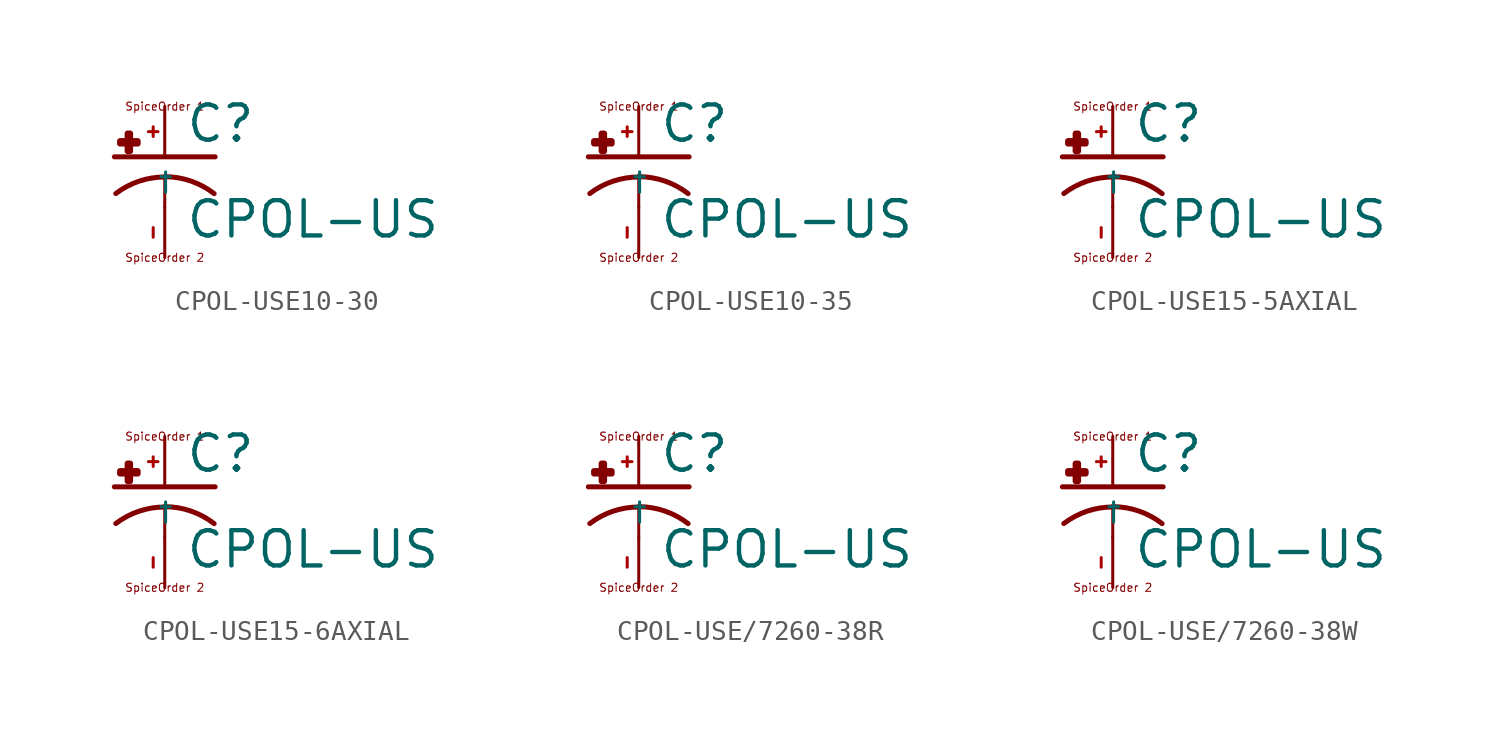
<source format=kicad_sym>
(kicad_symbol_lib
  (version 20220914)
  (generator Eagle2Kicad)
  (symbol "CPOL-USE10-30"
    (property "Reference" "C"
      (at 1.016 0.635 0)
      (effects (font (size 1.778 1.778) (thickness 0.22)) (justify left bottom)))
    (property "Value" "CPOL-US"
      (at 1.016 -4.191 0)
      (effects (font (size 1.778 1.778) (thickness 0.22)) (justify left bottom)))
    (polyline
      (pts (xy -2.54 0) (xy 2.54 0))
      (stroke (width 0.254) (type default))
      (fill (type none)))
    (polyline
      (pts (xy 0 -1.016) (xy 0 -2.54))
      (stroke (width 0.152) (type default))
      (fill (type none)))
    (arc
      (start 2.4892 -1.8542)
      (mid 1.316 -1.220)
      (end 0 -1)
      (stroke (width 0.254) (type default))
      (fill (type none)))
    (arc
      (start 0 -1.0161)
      (mid -1.302 -1.230)
      (end -2.4669 -1.8504)
      (stroke (width 0.254) (type default))
      (fill (type none)))
    (text "SpiceOrder 1"
      (at 0 2.54 0)
      (effects (font (size 0.406 0.406) (thickness 0.05))))
    (text "SpiceOrder 2"
      (at 0 -5.08 0)
      (effects (font (size 0.406 0.406) (thickness 0.05))))
    (rectangle
      (start -2.253 0.668)
      (end -1.364 0.795)
      (stroke (width 0.3) (type default))
      (fill (type outline)))
    (rectangle
      (start -1.872 0.287)
      (end -1.745 1.176)
      (stroke (width 0.3) (type default))
      (fill (type outline)))
    (pin passive line
      (at 0 2.54 270)
      (length 2.54)
      (name "+" (effects (font (size 0.635 0.635) (thickness 0.08)) (justify left bottom)))
      (number "+" (effects (font (size 0.635 0.635) (thickness 0.08)) (justify left bottom))))
    (pin passive line
      (at 0 -5.08 90)
      (length 2.54)
      (name "-" (effects (font (size 0.635 0.635) (thickness 0.08)) (justify left bottom)))
      (number "-" (effects (font (size 0.635 0.635) (thickness 0.08)) (justify left bottom)))))
  (symbol "CPOL-USE10-35"
    (property "Reference" "C"
      (at 1.016 0.635 0)
      (effects (font (size 1.778 1.778) (thickness 0.22)) (justify left bottom)))
    (property "Value" "CPOL-US"
      (at 1.016 -4.191 0)
      (effects (font (size 1.778 1.778) (thickness 0.22)) (justify left bottom)))
    (polyline
      (pts (xy -2.54 0) (xy 2.54 0))
      (stroke (width 0.254) (type default))
      (fill (type none)))
    (polyline
      (pts (xy 0 -1.016) (xy 0 -2.54))
      (stroke (width 0.152) (type default))
      (fill (type none)))
    (arc
      (start 2.4892 -1.8542)
      (mid 1.316 -1.220)
      (end 0 -1)
      (stroke (width 0.254) (type default))
      (fill (type none)))
    (arc
      (start 0 -1.0161)
      (mid -1.302 -1.230)
      (end -2.4669 -1.8504)
      (stroke (width 0.254) (type default))
      (fill (type none)))
    (text "SpiceOrder 1"
      (at 0 2.54 0)
      (effects (font (size 0.406 0.406) (thickness 0.05))))
    (text "SpiceOrder 2"
      (at 0 -5.08 0)
      (effects (font (size 0.406 0.406) (thickness 0.05))))
    (rectangle
      (start -2.253 0.668)
      (end -1.364 0.795)
      (stroke (width 0.3) (type default))
      (fill (type outline)))
    (rectangle
      (start -1.872 0.287)
      (end -1.745 1.176)
      (stroke (width 0.3) (type default))
      (fill (type outline)))
    (pin passive line
      (at 0 2.54 270)
      (length 2.54)
      (name "+" (effects (font (size 0.635 0.635) (thickness 0.08)) (justify left bottom)))
      (number "+" (effects (font (size 0.635 0.635) (thickness 0.08)) (justify left bottom))))
    (pin passive line
      (at 0 -5.08 90)
      (length 2.54)
      (name "-" (effects (font (size 0.635 0.635) (thickness 0.08)) (justify left bottom)))
      (number "-" (effects (font (size 0.635 0.635) (thickness 0.08)) (justify left bottom)))))
  (symbol "CPOL-USE15-5AXIAL"
    (property "Reference" "C"
      (at 1.016 0.635 0)
      (effects (font (size 1.778 1.778) (thickness 0.22)) (justify left bottom)))
    (property "Value" "CPOL-US"
      (at 1.016 -4.191 0)
      (effects (font (size 1.778 1.778) (thickness 0.22)) (justify left bottom)))
    (polyline
      (pts (xy -2.54 0) (xy 2.54 0))
      (stroke (width 0.254) (type default))
      (fill (type none)))
    (polyline
      (pts (xy 0 -1.016) (xy 0 -2.54))
      (stroke (width 0.152) (type default))
      (fill (type none)))
    (arc
      (start 2.4892 -1.8542)
      (mid 1.316 -1.220)
      (end 0 -1)
      (stroke (width 0.254) (type default))
      (fill (type none)))
    (arc
      (start 0 -1.0161)
      (mid -1.302 -1.230)
      (end -2.4669 -1.8504)
      (stroke (width 0.254) (type default))
      (fill (type none)))
    (text "SpiceOrder 1"
      (at 0 2.54 0)
      (effects (font (size 0.406 0.406) (thickness 0.05))))
    (text "SpiceOrder 2"
      (at 0 -5.08 0)
      (effects (font (size 0.406 0.406) (thickness 0.05))))
    (rectangle
      (start -2.253 0.668)
      (end -1.364 0.795)
      (stroke (width 0.3) (type default))
      (fill (type outline)))
    (rectangle
      (start -1.872 0.287)
      (end -1.745 1.176)
      (stroke (width 0.3) (type default))
      (fill (type outline)))
    (pin passive line
      (at 0 2.54 270)
      (length 2.54)
      (name "+" (effects (font (size 0.635 0.635) (thickness 0.08)) (justify left bottom)))
      (number "+" (effects (font (size 0.635 0.635) (thickness 0.08)) (justify left bottom))))
    (pin passive line
      (at 0 -5.08 90)
      (length 2.54)
      (name "-" (effects (font (size 0.635 0.635) (thickness 0.08)) (justify left bottom)))
      (number "-" (effects (font (size 0.635 0.635) (thickness 0.08)) (justify left bottom)))))
  (symbol "CPOL-USE15-6AXIAL"
    (property "Reference" "C"
      (at 1.016 0.635 0)
      (effects (font (size 1.778 1.778) (thickness 0.22)) (justify left bottom)))
    (property "Value" "CPOL-US"
      (at 1.016 -4.191 0)
      (effects (font (size 1.778 1.778) (thickness 0.22)) (justify left bottom)))
    (polyline
      (pts (xy -2.54 0) (xy 2.54 0))
      (stroke (width 0.254) (type default))
      (fill (type none)))
    (polyline
      (pts (xy 0 -1.016) (xy 0 -2.54))
      (stroke (width 0.152) (type default))
      (fill (type none)))
    (arc
      (start 2.4892 -1.8542)
      (mid 1.316 -1.220)
      (end 0 -1)
      (stroke (width 0.254) (type default))
      (fill (type none)))
    (arc
      (start 0 -1.0161)
      (mid -1.302 -1.230)
      (end -2.4669 -1.8504)
      (stroke (width 0.254) (type default))
      (fill (type none)))
    (text "SpiceOrder 1"
      (at 0 2.54 0)
      (effects (font (size 0.406 0.406) (thickness 0.05))))
    (text "SpiceOrder 2"
      (at 0 -5.08 0)
      (effects (font (size 0.406 0.406) (thickness 0.05))))
    (rectangle
      (start -2.253 0.668)
      (end -1.364 0.795)
      (stroke (width 0.3) (type default))
      (fill (type outline)))
    (rectangle
      (start -1.872 0.287)
      (end -1.745 1.176)
      (stroke (width 0.3) (type default))
      (fill (type outline)))
    (pin passive line
      (at 0 2.54 270)
      (length 2.54)
      (name "+" (effects (font (size 0.635 0.635) (thickness 0.08)) (justify left bottom)))
      (number "+" (effects (font (size 0.635 0.635) (thickness 0.08)) (justify left bottom))))
    (pin passive line
      (at 0 -5.08 90)
      (length 2.54)
      (name "-" (effects (font (size 0.635 0.635) (thickness 0.08)) (justify left bottom)))
      (number "-" (effects (font (size 0.635 0.635) (thickness 0.08)) (justify left bottom)))))
  (symbol "CPOL-USE/7260-38R"
    (property "Reference" "C"
      (at 1.016 0.635 0)
      (effects (font (size 1.778 1.778) (thickness 0.22)) (justify left bottom)))
    (property "Value" "CPOL-US"
      (at 1.016 -4.191 0)
      (effects (font (size 1.778 1.778) (thickness 0.22)) (justify left bottom)))
    (polyline
      (pts (xy -2.54 0) (xy 2.54 0))
      (stroke (width 0.254) (type default))
      (fill (type none)))
    (polyline
      (pts (xy 0 -1.016) (xy 0 -2.54))
      (stroke (width 0.152) (type default))
      (fill (type none)))
    (arc
      (start 2.4892 -1.8542)
      (mid 1.316 -1.220)
      (end 0 -1)
      (stroke (width 0.254) (type default))
      (fill (type none)))
    (arc
      (start 0 -1.0161)
      (mid -1.302 -1.230)
      (end -2.4669 -1.8504)
      (stroke (width 0.254) (type default))
      (fill (type none)))
    (text "SpiceOrder 1"
      (at 0 2.54 0)
      (effects (font (size 0.406 0.406) (thickness 0.05))))
    (text "SpiceOrder 2"
      (at 0 -5.08 0)
      (effects (font (size 0.406 0.406) (thickness 0.05))))
    (rectangle
      (start -2.253 0.668)
      (end -1.364 0.795)
      (stroke (width 0.3) (type default))
      (fill (type outline)))
    (rectangle
      (start -1.872 0.287)
      (end -1.745 1.176)
      (stroke (width 0.3) (type default))
      (fill (type outline)))
    (pin passive line
      (at 0 2.54 270)
      (length 2.54)
      (name "+" (effects (font (size 0.635 0.635) (thickness 0.08)) (justify left bottom)))
      (number "+" (effects (font (size 0.635 0.635) (thickness 0.08)) (justify left bottom))))
    (pin passive line
      (at 0 -5.08 90)
      (length 2.54)
      (name "-" (effects (font (size 0.635 0.635) (thickness 0.08)) (justify left bottom)))
      (number "-" (effects (font (size 0.635 0.635) (thickness 0.08)) (justify left bottom)))))
  (symbol "CPOL-USE/7260-38W"
    (property "Reference" "C"
      (at 1.016 0.635 0)
      (effects (font (size 1.778 1.778) (thickness 0.22)) (justify left bottom)))
    (property "Value" "CPOL-US"
      (at 1.016 -4.191 0)
      (effects (font (size 1.778 1.778) (thickness 0.22)) (justify left bottom)))
    (polyline
      (pts (xy -2.54 0) (xy 2.54 0))
      (stroke (width 0.254) (type default))
      (fill (type none)))
    (polyline
      (pts (xy 0 -1.016) (xy 0 -2.54))
      (stroke (width 0.152) (type default))
      (fill (type none)))
    (arc
      (start 2.4892 -1.8542)
      (mid 1.316 -1.220)
      (end 0 -1)
      (stroke (width 0.254) (type default))
      (fill (type none)))
    (arc
      (start 0 -1.0161)
      (mid -1.302 -1.230)
      (end -2.4669 -1.8504)
      (stroke (width 0.254) (type default))
      (fill (type none)))
    (text "SpiceOrder 1"
      (at 0 2.54 0)
      (effects (font (size 0.406 0.406) (thickness 0.05))))
    (text "SpiceOrder 2"
      (at 0 -5.08 0)
      (effects (font (size 0.406 0.406) (thickness 0.05))))
    (rectangle
      (start -2.253 0.668)
      (end -1.364 0.795)
      (stroke (width 0.3) (type default))
      (fill (type outline)))
    (rectangle
      (start -1.872 0.287)
      (end -1.745 1.176)
      (stroke (width 0.3) (type default))
      (fill (type outline)))
    (pin passive line
      (at 0 2.54 270)
      (length 2.54)
      (name "+" (effects (font (size 0.635 0.635) (thickness 0.08)) (justify left bottom)))
      (number "+" (effects (font (size 0.635 0.635) (thickness 0.08)) (justify left bottom))))
    (pin passive line
      (at 0 -5.08 90)
      (length 2.54)
      (name "-" (effects (font (size 0.635 0.635) (thickness 0.08)) (justify left bottom)))
      (number "-" (effects (font (size 0.635 0.635) (thickness 0.08)) (justify left bottom))))))
</source>
